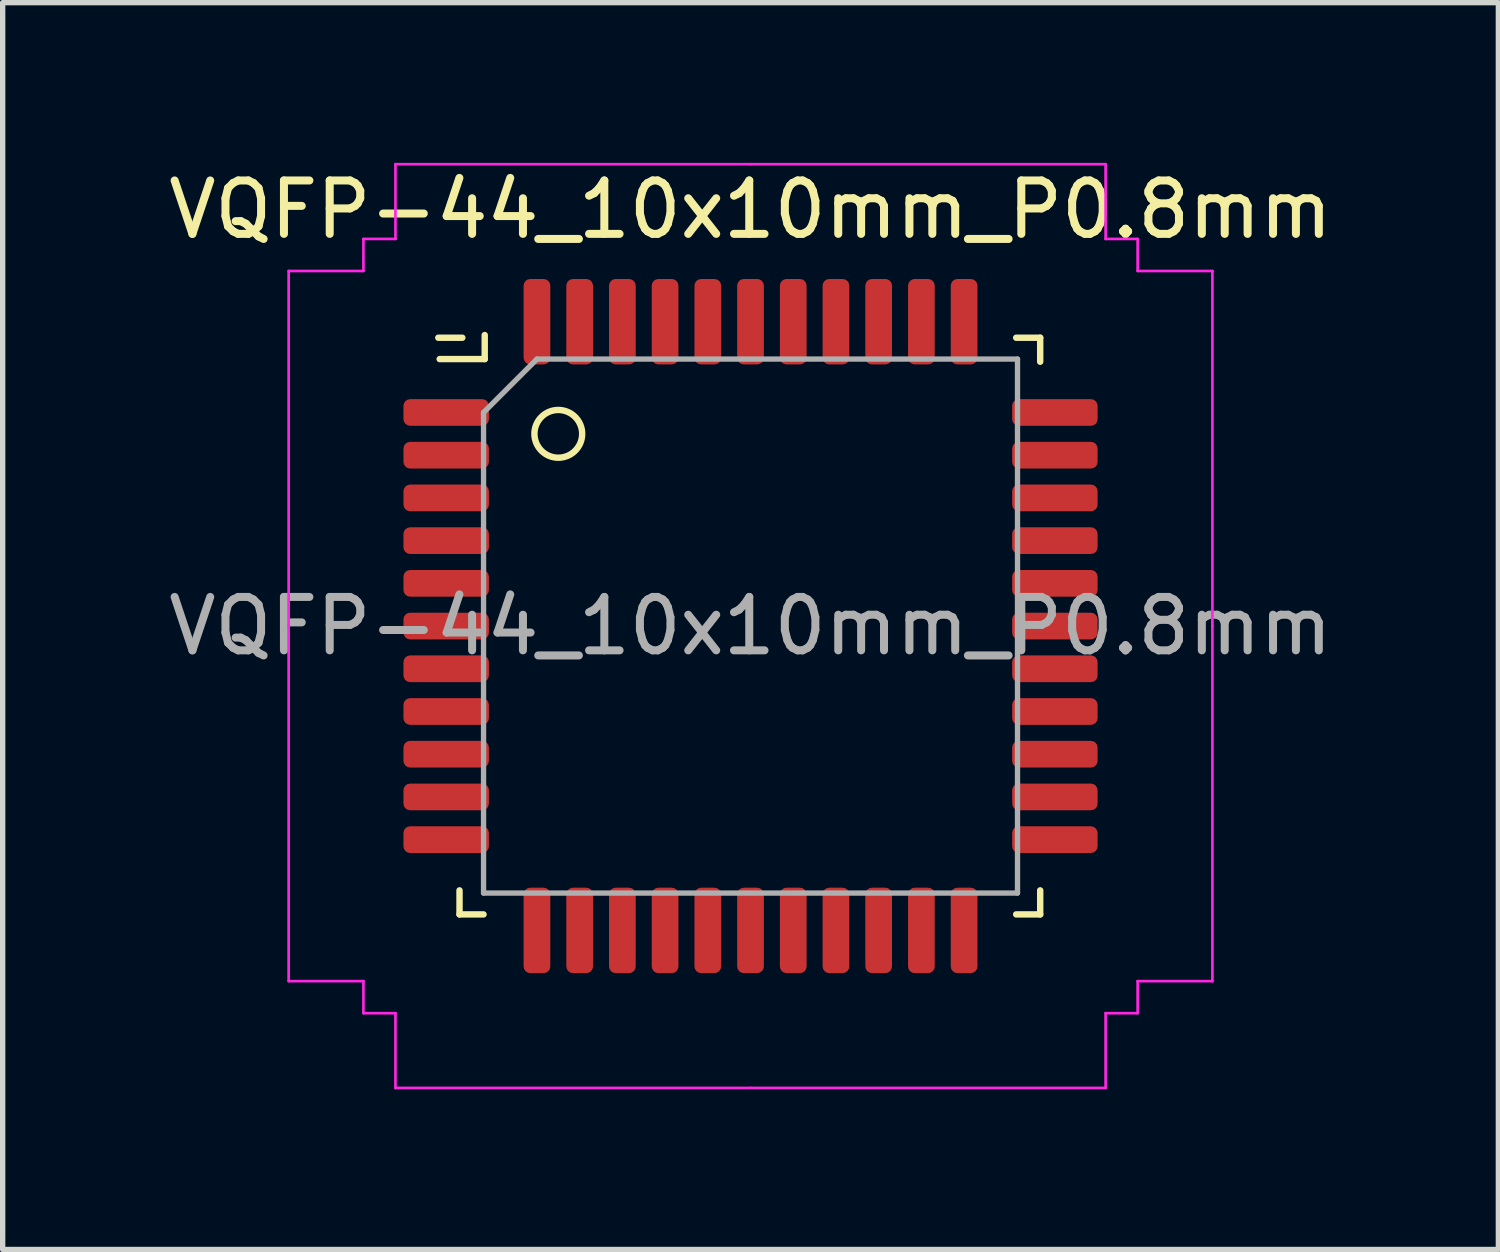
<source format=kicad_pcb>
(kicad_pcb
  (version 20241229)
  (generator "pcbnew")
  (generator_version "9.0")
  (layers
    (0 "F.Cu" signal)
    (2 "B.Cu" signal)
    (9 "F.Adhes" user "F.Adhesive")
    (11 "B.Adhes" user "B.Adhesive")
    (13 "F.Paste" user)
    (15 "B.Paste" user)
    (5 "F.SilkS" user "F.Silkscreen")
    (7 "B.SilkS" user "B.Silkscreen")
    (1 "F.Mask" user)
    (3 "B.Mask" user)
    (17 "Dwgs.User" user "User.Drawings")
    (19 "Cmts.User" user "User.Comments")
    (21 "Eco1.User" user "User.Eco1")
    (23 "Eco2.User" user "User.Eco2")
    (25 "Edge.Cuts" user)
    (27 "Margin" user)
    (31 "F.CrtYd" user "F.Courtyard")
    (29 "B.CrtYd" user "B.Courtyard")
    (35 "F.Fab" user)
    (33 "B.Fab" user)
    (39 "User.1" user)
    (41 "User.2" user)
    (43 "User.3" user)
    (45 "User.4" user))
  (footprint "VQFP-44_10x10mm_P0.8mm"
    (layer "F.Cu")
    (at 11.006 8.675)
    (property "Reference" "VQFP-44_10x10mm_P0.8mm" (at 0 -7.8 0) (layer "F.SilkS") (effects (font (size 1 1) (thickness 0.15))))
    (attr smd)
    (fp_line (start -5.45 5.4) (end -5.45 4.95) (stroke (width 0.12) (type solid)) (layer "F.SilkS"))
    (fp_line (start -5.397 -5.4) (end -5.848 -5.4) (stroke (width 0.12) (type solid)) (layer "F.SilkS"))
    (fp_line (start -5 5.4) (end -5.45 5.4) (stroke (width 0.12) (type solid)) (layer "F.SilkS"))
    (fp_line (start -4.978 -5.45) (end -4.978 -5) (stroke (width 0.12) (type solid)) (layer "F.SilkS"))
    (fp_line (start -4.978 -5) (end -5.822 -5) (stroke (width 0.12) (type solid)) (layer "F.SilkS"))
    (fp_line (start 4.975 -5.4) (end 5.425 -5.4) (stroke (width 0.12) (type solid)) (layer "F.SilkS"))
    (fp_line (start 4.975 5.4) (end 5.425 5.4) (stroke (width 0.12) (type solid)) (layer "F.SilkS"))
    (fp_line (start 5.425 -5.4) (end 5.425 -4.95) (stroke (width 0.12) (type solid)) (layer "F.SilkS"))
    (fp_line (start 5.425 5.4) (end 5.425 4.95) (stroke (width 0.12) (type solid)) (layer "F.SilkS"))
    (fp_circle (center -3.6 -3.6) (end -3.8 -4) (stroke (width 0.12) (type default)) (fill no) (layer "F.SilkS"))
    (fp_line (start -8.65 -6.65) (end -8.65 0) (stroke (width 0.05) (type solid)) (layer "F.CrtYd"))
    (fp_line (start -8.65 6.65) (end -8.65 0) (stroke (width 0.05) (type solid)) (layer "F.CrtYd"))
    (fp_line (start -7.25 -7.25) (end -7.25 -6.65) (stroke (width 0.05) (type solid)) (layer "F.CrtYd"))
    (fp_line (start -7.25 -6.65) (end -8.65 -6.65) (stroke (width 0.05) (type solid)) (layer "F.CrtYd"))
    (fp_line (start -7.25 6.65) (end -8.65 6.65) (stroke (width 0.05) (type solid)) (layer "F.CrtYd"))
    (fp_line (start -7.25 7.25) (end -7.25 6.65) (stroke (width 0.05) (type solid)) (layer "F.CrtYd"))
    (fp_line (start -6.65 -8.65) (end -6.65 -7.25) (stroke (width 0.05) (type solid)) (layer "F.CrtYd"))
    (fp_line (start -6.65 -7.25) (end -7.25 -7.25) (stroke (width 0.05) (type solid)) (layer "F.CrtYd"))
    (fp_line (start -6.65 7.25) (end -7.25 7.25) (stroke (width 0.05) (type solid)) (layer "F.CrtYd"))
    (fp_line (start -6.65 8.65) (end -6.65 7.25) (stroke (width 0.05) (type solid)) (layer "F.CrtYd"))
    (fp_line (start 0 -8.65) (end -6.65 -8.65) (stroke (width 0.05) (type solid)) (layer "F.CrtYd"))
    (fp_line (start 0 -8.65) (end 6.65 -8.65) (stroke (width 0.05) (type solid)) (layer "F.CrtYd"))
    (fp_line (start 0 8.65) (end -6.65 8.65) (stroke (width 0.05) (type solid)) (layer "F.CrtYd"))
    (fp_line (start 0 8.65) (end 6.65 8.65) (stroke (width 0.05) (type solid)) (layer "F.CrtYd"))
    (fp_line (start 6.65 -8.65) (end 6.65 -7.25) (stroke (width 0.05) (type solid)) (layer "F.CrtYd"))
    (fp_line (start 6.65 -7.25) (end 7.25 -7.25) (stroke (width 0.05) (type solid)) (layer "F.CrtYd"))
    (fp_line (start 6.65 7.25) (end 7.25 7.25) (stroke (width 0.05) (type solid)) (layer "F.CrtYd"))
    (fp_line (start 6.65 8.65) (end 6.65 7.25) (stroke (width 0.05) (type solid)) (layer "F.CrtYd"))
    (fp_line (start 7.25 -7.25) (end 7.25 -6.65) (stroke (width 0.05) (type solid)) (layer "F.CrtYd"))
    (fp_line (start 7.25 -6.65) (end 8.65 -6.65) (stroke (width 0.05) (type solid)) (layer "F.CrtYd"))
    (fp_line (start 7.25 6.65) (end 8.65 6.65) (stroke (width 0.05) (type solid)) (layer "F.CrtYd"))
    (fp_line (start 7.25 7.25) (end 7.25 6.65) (stroke (width 0.05) (type solid)) (layer "F.CrtYd"))
    (fp_line (start 8.65 -6.65) (end 8.65 0) (stroke (width 0.05) (type solid)) (layer "F.CrtYd"))
    (fp_line (start 8.65 6.65) (end 8.65 0) (stroke (width 0.05) (type solid)) (layer "F.CrtYd"))
    (fp_line (start -5 -4) (end -4 -5) (stroke (width 0.1) (type solid)) (layer "F.Fab"))
    (fp_line (start -5 5) (end -5 -4) (stroke (width 0.1) (type solid)) (layer "F.Fab"))
    (fp_line (start -4 -5) (end 5 -5) (stroke (width 0.1) (type solid)) (layer "F.Fab"))
    (fp_line (start 5 -5) (end 5 5) (stroke (width 0.1) (type solid)) (layer "F.Fab"))
    (fp_line (start 5 5) (end -5 5) (stroke (width 0.1) (type solid)) (layer "F.Fab"))
    (fp_text user "${REFERENCE}" (at 0 0 0) (layer "F.Fab") (effects (font (size 1 1) (thickness 0.15))))
    (pad "1" smd roundrect (at -5.7 -4) (size 1.6 0.5) (layers "F.Cu" "F.Mask" "F.Paste") (roundrect_rratio 0.25))
    (pad "2" smd roundrect (at -5.7 -3.2) (size 1.6 0.5) (layers "F.Cu" "F.Mask" "F.Paste") (roundrect_rratio 0.25))
    (pad "3" smd roundrect (at -5.7 -2.4) (size 1.6 0.5) (layers "F.Cu" "F.Mask" "F.Paste") (roundrect_rratio 0.25))
    (pad "4" smd roundrect (at -5.7 -1.6) (size 1.6 0.5) (layers "F.Cu" "F.Mask" "F.Paste") (roundrect_rratio 0.25))
    (pad "5" smd roundrect (at -5.7 -0.8) (size 1.6 0.5) (layers "F.Cu" "F.Mask" "F.Paste") (roundrect_rratio 0.25))
    (pad "6" smd roundrect (at -5.7 0) (size 1.6 0.5) (layers "F.Cu" "F.Mask" "F.Paste") (roundrect_rratio 0.25))
    (pad "7" smd roundrect (at -5.7 0.8) (size 1.6 0.5) (layers "F.Cu" "F.Mask" "F.Paste") (roundrect_rratio 0.25))
    (pad "8" smd roundrect (at -5.7 1.6) (size 1.6 0.5) (layers "F.Cu" "F.Mask" "F.Paste") (roundrect_rratio 0.25))
    (pad "9" smd roundrect (at -5.7 2.4) (size 1.6 0.5) (layers "F.Cu" "F.Mask" "F.Paste") (roundrect_rratio 0.25))
    (pad "10" smd roundrect (at -5.7 3.2) (size 1.6 0.5) (layers "F.Cu" "F.Mask" "F.Paste") (roundrect_rratio 0.25))
    (pad "11" smd roundrect (at -5.7 4) (size 1.6 0.5) (layers "F.Cu" "F.Mask" "F.Paste") (roundrect_rratio 0.25))
    (pad "12" smd roundrect (at -4 5.7) (size 0.5 1.6) (layers "F.Cu" "F.Mask" "F.Paste") (roundrect_rratio 0.25))
    (pad "13" smd roundrect (at -3.2 5.7) (size 0.5 1.6) (layers "F.Cu" "F.Mask" "F.Paste") (roundrect_rratio 0.25))
    (pad "14" smd roundrect (at -2.4 5.7) (size 0.5 1.6) (layers "F.Cu" "F.Mask" "F.Paste") (roundrect_rratio 0.25))
    (pad "15" smd roundrect (at -1.6 5.7) (size 0.5 1.6) (layers "F.Cu" "F.Mask" "F.Paste") (roundrect_rratio 0.25))
    (pad "16" smd roundrect (at -0.8 5.7) (size 0.5 1.6) (layers "F.Cu" "F.Mask" "F.Paste") (roundrect_rratio 0.25))
    (pad "17" smd roundrect (at 0 5.7) (size 0.5 1.6) (layers "F.Cu" "F.Mask" "F.Paste") (roundrect_rratio 0.25))
    (pad "18" smd roundrect (at 0.8 5.7) (size 0.5 1.6) (layers "F.Cu" "F.Mask" "F.Paste") (roundrect_rratio 0.25))
    (pad "19" smd roundrect (at 1.6 5.7) (size 0.5 1.6) (layers "F.Cu" "F.Mask" "F.Paste") (roundrect_rratio 0.25))
    (pad "20" smd roundrect (at 2.4 5.7) (size 0.5 1.6) (layers "F.Cu" "F.Mask" "F.Paste") (roundrect_rratio 0.25))
    (pad "21" smd roundrect (at 3.2 5.7) (size 0.5 1.6) (layers "F.Cu" "F.Mask" "F.Paste") (roundrect_rratio 0.25))
    (pad "22" smd roundrect (at 4 5.7) (size 0.5 1.6) (layers "F.Cu" "F.Mask" "F.Paste") (roundrect_rratio 0.25))
    (pad "23" smd roundrect (at 5.7 4) (size 1.6 0.5) (layers "F.Cu" "F.Mask" "F.Paste") (roundrect_rratio 0.25))
    (pad "24" smd roundrect (at 5.7 3.2) (size 1.6 0.5) (layers "F.Cu" "F.Mask" "F.Paste") (roundrect_rratio 0.25))
    (pad "25" smd roundrect (at 5.7 2.4) (size 1.6 0.5) (layers "F.Cu" "F.Mask" "F.Paste") (roundrect_rratio 0.25))
    (pad "26" smd roundrect (at 5.7 1.6) (size 1.6 0.5) (layers "F.Cu" "F.Mask" "F.Paste") (roundrect_rratio 0.25))
    (pad "27" smd roundrect (at 5.7 0.8) (size 1.6 0.5) (layers "F.Cu" "F.Mask" "F.Paste") (roundrect_rratio 0.25))
    (pad "28" smd roundrect (at 5.7 0) (size 1.6 0.5) (layers "F.Cu" "F.Mask" "F.Paste") (roundrect_rratio 0.25))
    (pad "29" smd roundrect (at 5.7 -0.8) (size 1.6 0.5) (layers "F.Cu" "F.Mask" "F.Paste") (roundrect_rratio 0.25))
    (pad "30" smd roundrect (at 5.7 -1.6) (size 1.6 0.5) (layers "F.Cu" "F.Mask" "F.Paste") (roundrect_rratio 0.25))
    (pad "31" smd roundrect (at 5.7 -2.4) (size 1.6 0.5) (layers "F.Cu" "F.Mask" "F.Paste") (roundrect_rratio 0.25))
    (pad "32" smd roundrect (at 5.7 -3.2) (size 1.6 0.5) (layers "F.Cu" "F.Mask" "F.Paste") (roundrect_rratio 0.25))
    (pad "33" smd roundrect (at 5.7 -4) (size 1.6 0.5) (layers "F.Cu" "F.Mask" "F.Paste") (roundrect_rratio 0.25))
    (pad "34" smd roundrect (at 4 -5.7) (size 0.5 1.6) (layers "F.Cu" "F.Mask" "F.Paste") (roundrect_rratio 0.25))
    (pad "35" smd roundrect (at 3.2 -5.7) (size 0.5 1.6) (layers "F.Cu" "F.Mask" "F.Paste") (roundrect_rratio 0.25))
    (pad "36" smd roundrect (at 2.4 -5.7) (size 0.5 1.6) (layers "F.Cu" "F.Mask" "F.Paste") (roundrect_rratio 0.25))
    (pad "37" smd roundrect (at 1.6 -5.7) (size 0.5 1.6) (layers "F.Cu" "F.Mask" "F.Paste") (roundrect_rratio 0.25))
    (pad "38" smd roundrect (at 0.8 -5.7) (size 0.5 1.6) (layers "F.Cu" "F.Mask" "F.Paste") (roundrect_rratio 0.25))
    (pad "39" smd roundrect (at 0 -5.7) (size 0.5 1.6) (layers "F.Cu" "F.Mask" "F.Paste") (roundrect_rratio 0.25))
    (pad "40" smd roundrect (at -0.8 -5.7) (size 0.5 1.6) (layers "F.Cu" "F.Mask" "F.Paste") (roundrect_rratio 0.25))
    (pad "41" smd roundrect (at -1.6 -5.7) (size 0.5 1.6) (layers "F.Cu" "F.Mask" "F.Paste") (roundrect_rratio 0.25))
    (pad "42" smd roundrect (at -2.4 -5.7) (size 0.5 1.6) (layers "F.Cu" "F.Mask" "F.Paste") (roundrect_rratio 0.25))
    (pad "43" smd roundrect (at -3.2 -5.7) (size 0.5 1.6) (layers "F.Cu" "F.Mask" "F.Paste") (roundrect_rratio 0.25))
    (pad "44" smd roundrect (at -4 -5.7) (size 0.5 1.6) (layers "F.Cu" "F.Mask" "F.Paste") (roundrect_rratio 0.25)))
  (gr_rect
    (start -3 -3)
    (end 25.012 20.35)
    (stroke (width 0.1) (type default))
    (fill no)
    (layer "Edge.Cuts")))
</source>
